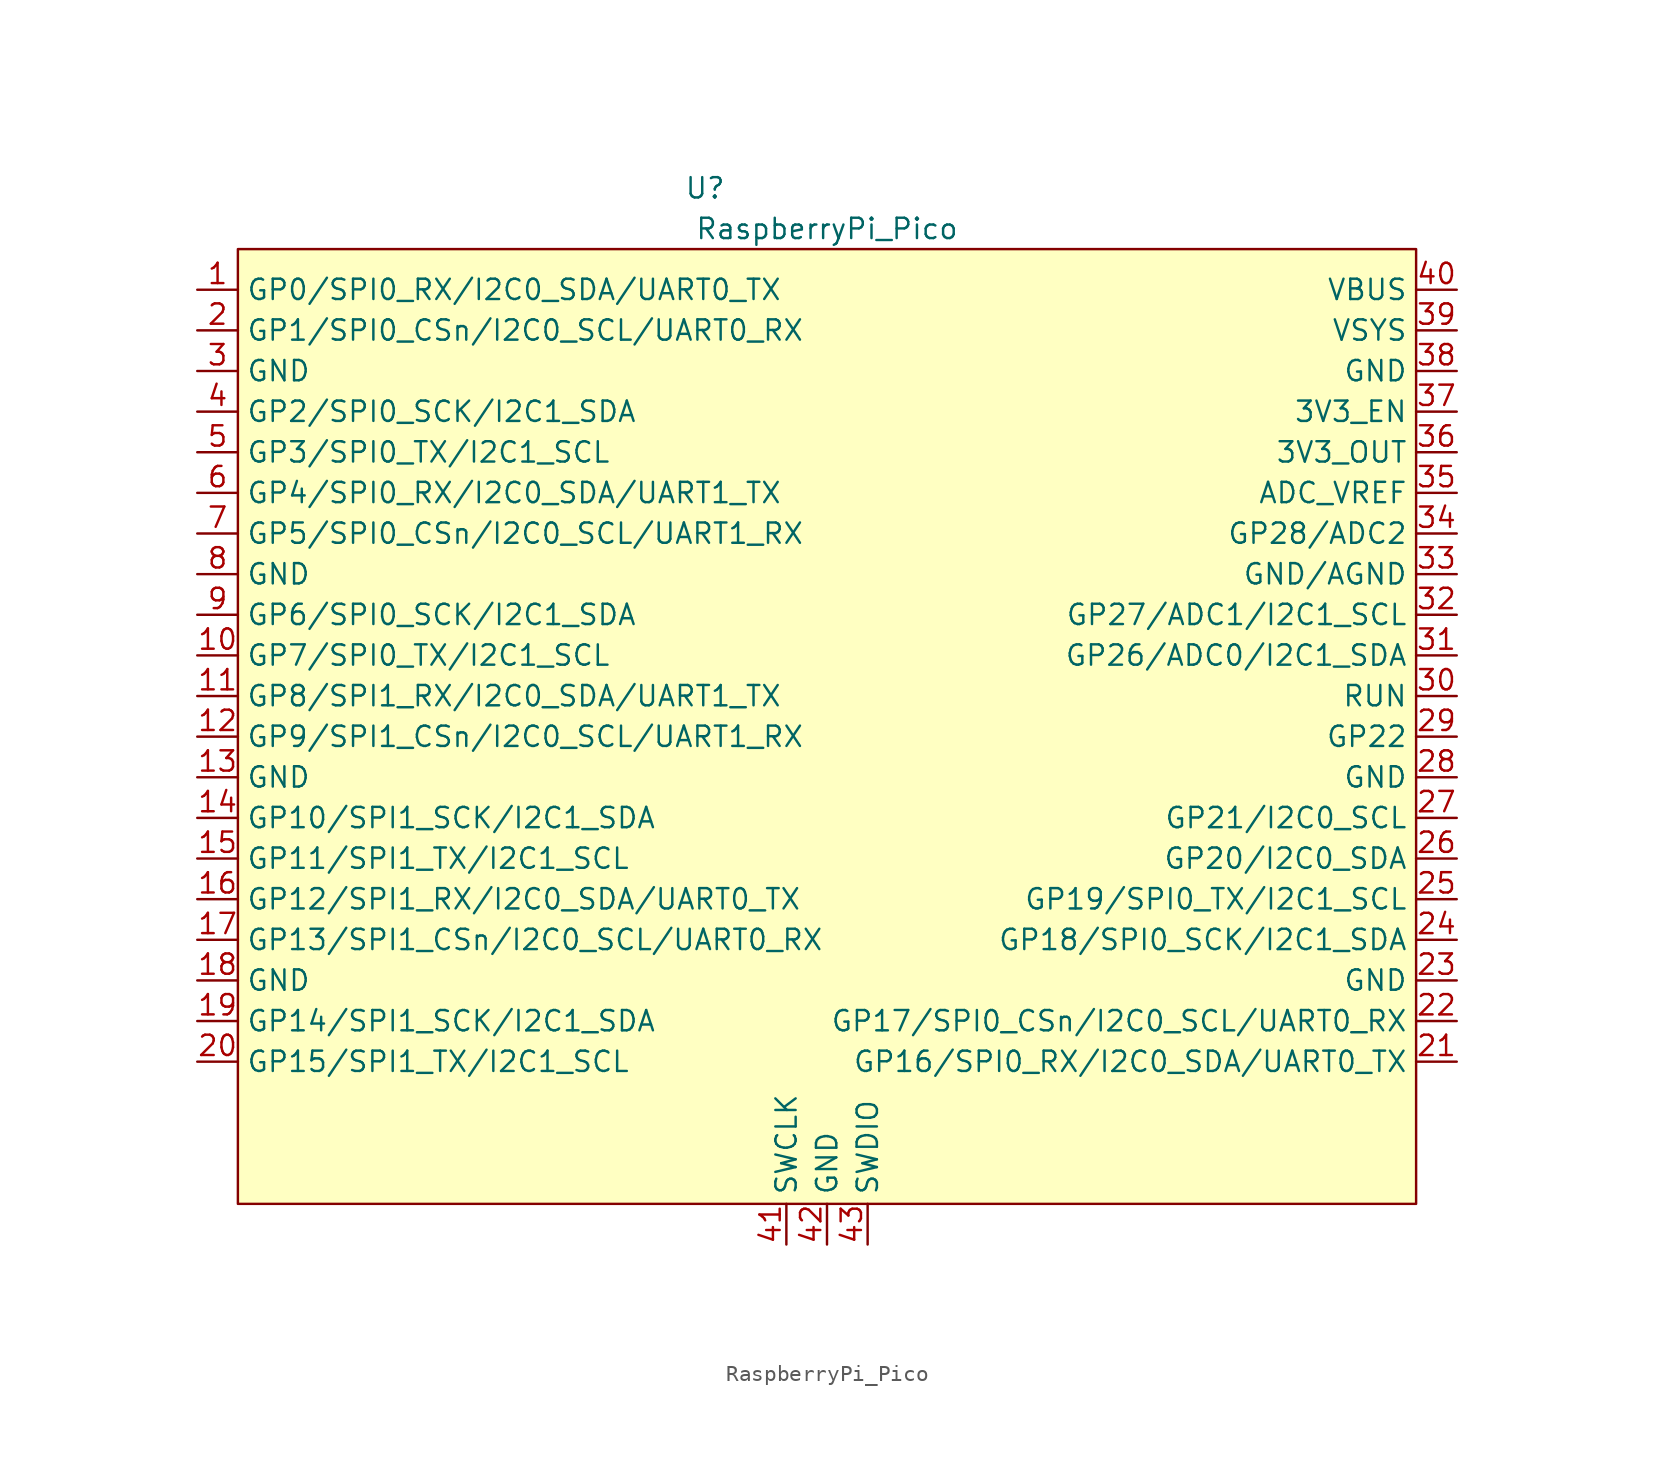
<source format=kicad_sym>
(kicad_symbol_lib
  (version 20211014)
  (generator kicad_symbol_editor)
  (symbol "RaspberryPi_Pico"
    (property "Reference" "U"
      (at -7.62 30.48 0)
      (effects (font (size 1.27 1.27))))
    (property "Value" "RaspberryPi_Pico"
      (at 0 27.94 0)
      (effects (font (size 1.27 1.27))))
    (symbol "RaspberryPi_Pico_0_0"
      (pin tri_state line (at -39.37 1.27 0) (length 2.54) (name "GP7/SPI0_TX/I2C1_SCL" (effects (font (size 1.27 1.27)))) (number "10" (effects (font (size 1.27 1.27)))))
      (pin tri_state line (at -39.37 -1.27 0) (length 2.54) (name "GP8/SPI1_RX/I2C0_SDA/UART1_TX" (effects (font (size 1.27 1.27)))) (number "11" (effects (font (size 1.27 1.27)))))
      (pin tri_state line (at -39.37 -3.81 0) (length 2.54) (name "GP9/SPI1_CSn/I2C0_SCL/UART1_RX" (effects (font (size 1.27 1.27)))) (number "12" (effects (font (size 1.27 1.27)))))
      (pin power_in line (at -39.37 -6.35 0) (length 2.54) (name "GND" (effects (font (size 1.27 1.27)))) (number "13" (effects (font (size 1.27 1.27)))))
      (pin tri_state line (at -39.37 -8.89 0) (length 2.54) (name "GP10/SPI1_SCK/I2C1_SDA" (effects (font (size 1.27 1.27)))) (number "14" (effects (font (size 1.27 1.27)))))
      (pin tri_state line (at -39.37 -11.43 0) (length 2.54) (name "GP11/SPI1_TX/I2C1_SCL" (effects (font (size 1.27 1.27)))) (number "15" (effects (font (size 1.27 1.27)))))
      (pin tri_state line (at -39.37 -13.97 0) (length 2.54) (name "GP12/SPI1_RX/I2C0_SDA/UART0_TX" (effects (font (size 1.27 1.27)))) (number "16" (effects (font (size 1.27 1.27)))))
      (pin tri_state line (at -39.37 -16.51 0) (length 2.54) (name "GP13/SPI1_CSn/I2C0_SCL/UART0_RX" (effects (font (size 1.27 1.27)))) (number "17" (effects (font (size 1.27 1.27)))))
      (pin power_in line (at -39.37 -19.05 0) (length 2.54) (name "GND" (effects (font (size 1.27 1.27)))) (number "18" (effects (font (size 1.27 1.27)))))
      (pin tri_state line (at -39.37 -21.59 0) (length 2.54) (name "GP14/SPI1_SCK/I2C1_SDA" (effects (font (size 1.27 1.27)))) (number "19" (effects (font (size 1.27 1.27)))))
      (pin tri_state line (at -39.37 21.59 0) (length 2.54) (name "GP1/SPI0_CSn/I2C0_SCL/UART0_RX" (effects (font (size 1.27 1.27)))) (number "2" (effects (font (size 1.27 1.27)))))
      (pin tri_state line (at -39.37 -24.13 0) (length 2.54) (name "GP15/SPI1_TX/I2C1_SCL" (effects (font (size 1.27 1.27)))) (number "20" (effects (font (size 1.27 1.27)))))
      (pin tri_state line (at 39.37 -24.13 180) (length 2.54) (name "GP16/SPI0_RX/I2C0_SDA/UART0_TX" (effects (font (size 1.27 1.27)))) (number "21" (effects (font (size 1.27 1.27)))))
      (pin tri_state line (at 39.37 -21.59 180) (length 2.54) (name "GP17/SPI0_CSn/I2C0_SCL/UART0_RX" (effects (font (size 1.27 1.27)))) (number "22" (effects (font (size 1.27 1.27)))))
      (pin power_in line (at 39.37 -19.05 180) (length 2.54) (name "GND" (effects (font (size 1.27 1.27)))) (number "23" (effects (font (size 1.27 1.27)))))
      (pin tri_state line (at 39.37 -16.51 180) (length 2.54) (name "GP18/SPI0_SCK/I2C1_SDA" (effects (font (size 1.27 1.27)))) (number "24" (effects (font (size 1.27 1.27)))))
      (pin tri_state line (at 39.37 -13.97 180) (length 2.54) (name "GP19/SPI0_TX/I2C1_SCL" (effects (font (size 1.27 1.27)))) (number "25" (effects (font (size 1.27 1.27)))))
      (pin tri_state line (at 39.37 -11.43 180) (length 2.54) (name "GP20/I2C0_SDA" (effects (font (size 1.27 1.27)))) (number "26" (effects (font (size 1.27 1.27)))))
      (pin tri_state line (at 39.37 -8.89 180) (length 2.54) (name "GP21/I2C0_SCL" (effects (font (size 1.27 1.27)))) (number "27" (effects (font (size 1.27 1.27)))))
      (pin power_in line (at 39.37 -6.35 180) (length 2.54) (name "GND" (effects (font (size 1.27 1.27)))) (number "28" (effects (font (size 1.27 1.27)))))
      (pin tri_state line (at 39.37 -3.81 180) (length 2.54) (name "GP22" (effects (font (size 1.27 1.27)))) (number "29" (effects (font (size 1.27 1.27)))))
      (pin power_in line (at -39.37 19.05 0) (length 2.54) (name "GND" (effects (font (size 1.27 1.27)))) (number "3" (effects (font (size 1.27 1.27)))))
      (pin input line (at 39.37 -1.27 180) (length 2.54) (name "RUN" (effects (font (size 1.27 1.27)))) (number "30" (effects (font (size 1.27 1.27)))))
      (pin passive line (at 39.37 1.27 180) (length 2.54) (name "GP26/ADC0/I2C1_SDA" (effects (font (size 1.27 1.27)))) (number "31" (effects (font (size 1.27 1.27)))))
      (pin passive line (at 39.37 3.81 180) (length 2.54) (name "GP27/ADC1/I2C1_SCL" (effects (font (size 1.27 1.27)))) (number "32" (effects (font (size 1.27 1.27)))))
      (pin power_in line (at 39.37 6.35 180) (length 2.54) (name "GND/AGND" (effects (font (size 1.27 1.27)))) (number "33" (effects (font (size 1.27 1.27)))))
      (pin passive line (at 39.37 8.89 180) (length 2.54) (name "GP28/ADC2" (effects (font (size 1.27 1.27)))) (number "34" (effects (font (size 1.27 1.27)))))
      (pin passive line (at 39.37 11.43 180) (length 2.54) (name "ADC_VREF" (effects (font (size 1.27 1.27)))) (number "35" (effects (font (size 1.27 1.27)))))
      (pin power_out line (at 39.37 13.97 180) (length 2.54) (name "3V3_OUT" (effects (font (size 1.27 1.27)))) (number "36" (effects (font (size 1.27 1.27)))))
      (pin input line (at 39.37 16.51 180) (length 2.54) (name "3V3_EN" (effects (font (size 1.27 1.27)))) (number "37" (effects (font (size 1.27 1.27)))))
      (pin power_in line (at 39.37 19.05 180) (length 2.54) (name "GND" (effects (font (size 1.27 1.27)))) (number "38" (effects (font (size 1.27 1.27)))))
      (pin power_out line (at 39.37 21.59 180) (length 2.54) (name "VSYS" (effects (font (size 1.27 1.27)))) (number "39" (effects (font (size 1.27 1.27)))))
      (pin tri_state line (at -39.37 16.51 0) (length 2.54) (name "GP2/SPI0_SCK/I2C1_SDA" (effects (font (size 1.27 1.27)))) (number "4" (effects (font (size 1.27 1.27)))))
      (pin output line (at 39.37 24.13 180) (length 2.54) (name "VBUS" (effects (font (size 1.27 1.27)))) (number "40" (effects (font (size 1.27 1.27)))))
      (pin tri_state line (at -39.37 13.97 0) (length 2.54) (name "GP3/SPI0_TX/I2C1_SCL" (effects (font (size 1.27 1.27)))) (number "5" (effects (font (size 1.27 1.27)))))
      (pin tri_state line (at -39.37 11.43 0) (length 2.54) (name "GP4/SPI0_RX/I2C0_SDA/UART1_TX" (effects (font (size 1.27 1.27)))) (number "6" (effects (font (size 1.27 1.27)))))
      (pin tri_state line (at -39.37 8.89 0) (length 2.54) (name "GP5/SPI0_CSn/I2C0_SCL/UART1_RX" (effects (font (size 1.27 1.27)))) (number "7" (effects (font (size 1.27 1.27)))))
      (pin power_in line (at -39.37 6.35 0) (length 2.54) (name "GND" (effects (font (size 1.27 1.27)))) (number "8" (effects (font (size 1.27 1.27)))))
      (pin tri_state line (at -39.37 3.81 0) (length 2.54) (name "GP6/SPI0_SCK/I2C1_SDA" (effects (font (size 1.27 1.27)))) (number "9" (effects (font (size 1.27 1.27))))))
    (symbol "RaspberryPi_Pico_0_1"
      (rectangle (start -36.83 26.67) (end 36.83 -33.02) (stroke (width 0.152) (type default) (color 0 0 0 0)) (fill (type background))))
    (symbol "RaspberryPi_Pico_1_1"
      (pin tri_state line (at -39.37 24.13 0) (length 2.54) (name "GP0/SPI0_RX/I2C0_SDA/UART0_TX" (effects (font (size 1.27 1.27)))) (number "1" (effects (font (size 1.27 1.27)))))
      (pin input line (at -2.54 -35.56 90) (length 2.54) (name "SWCLK" (effects (font (size 1.27 1.27)))) (number "41" (effects (font (size 1.27 1.27)))))
      (pin power_in line (at 0 -35.56 90) (length 2.54) (name "GND" (effects (font (size 1.27 1.27)))) (number "42" (effects (font (size 1.27 1.27)))))
      (pin input line (at 2.54 -35.56 90) (length 2.54) (name "SWDIO" (effects (font (size 1.27 1.27)))) (number "43" (effects (font (size 1.27 1.27))))))))
</source>
